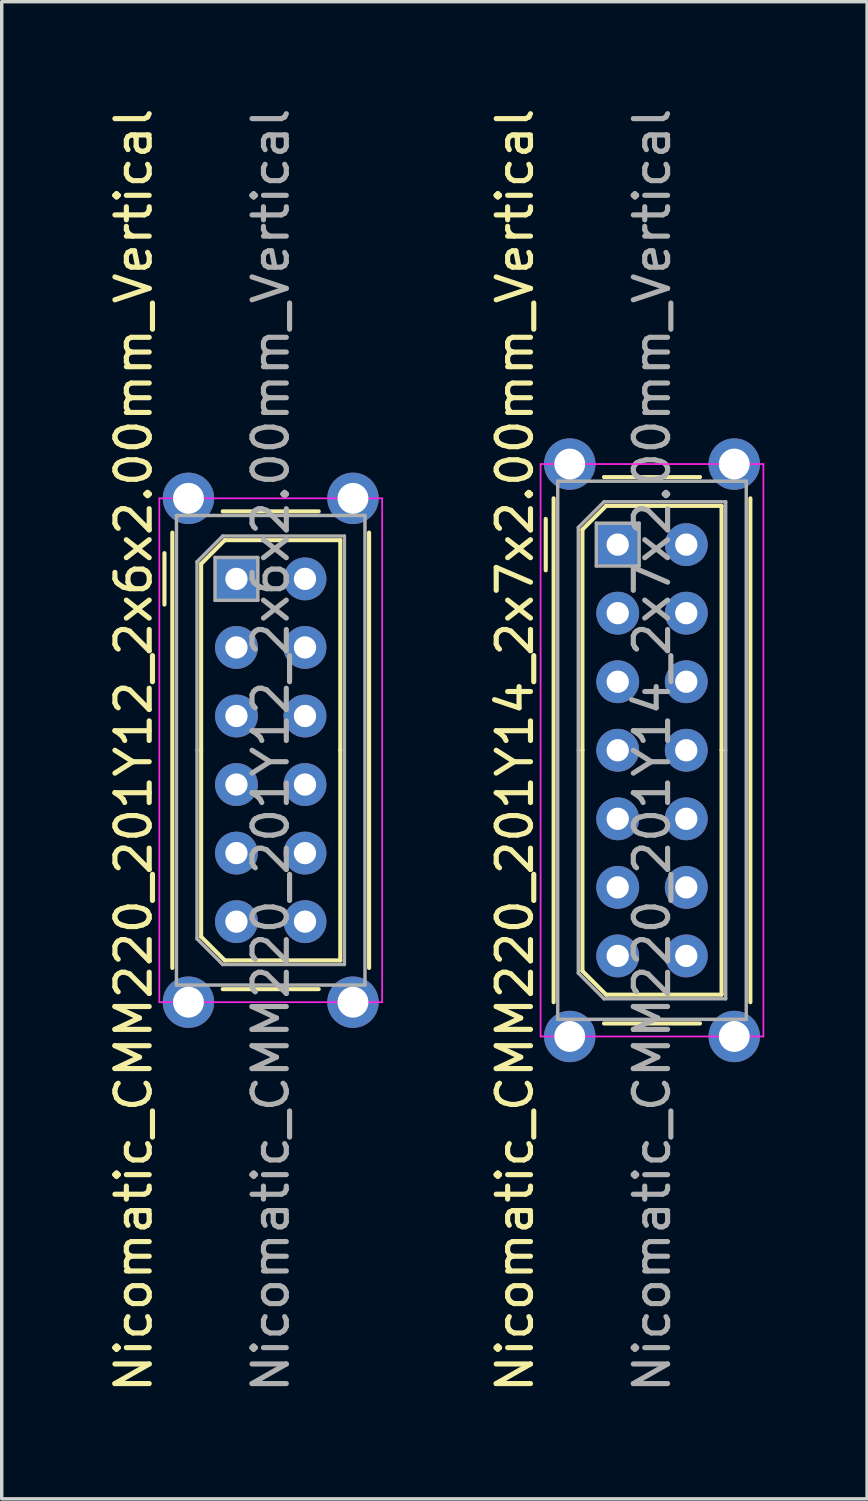
<source format=kicad_pcb>
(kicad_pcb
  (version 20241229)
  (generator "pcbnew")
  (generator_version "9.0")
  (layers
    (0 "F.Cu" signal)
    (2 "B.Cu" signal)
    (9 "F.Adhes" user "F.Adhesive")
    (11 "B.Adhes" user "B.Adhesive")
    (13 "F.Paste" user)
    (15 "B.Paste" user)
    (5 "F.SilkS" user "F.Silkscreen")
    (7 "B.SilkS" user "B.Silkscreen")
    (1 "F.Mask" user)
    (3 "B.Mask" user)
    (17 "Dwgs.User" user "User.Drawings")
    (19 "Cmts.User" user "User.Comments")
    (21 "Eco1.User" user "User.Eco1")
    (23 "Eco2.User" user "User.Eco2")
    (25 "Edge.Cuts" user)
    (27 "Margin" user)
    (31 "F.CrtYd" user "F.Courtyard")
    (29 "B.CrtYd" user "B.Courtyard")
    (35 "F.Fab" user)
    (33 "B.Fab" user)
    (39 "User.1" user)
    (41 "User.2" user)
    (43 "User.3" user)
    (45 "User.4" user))
  (footprint "Nicomatic_CMM220_201Y14_2x7x2.00mm_Vertical"
    (layer "F.Cu")
    (at 14.972 12.839)
    (property "Reference" "Nicomatic_CMM220_201Y14_2x7x2.00mm_Vertical" (at -3 6 90) (layer "F.SilkS") (effects (font (size 1 1) (thickness 0.15))))
    (attr through_hole)
    (fp_line (start -2.1 -0.75) (end -2.1 0.75) (stroke (width 0.12) (type solid)) (layer "F.SilkS"))
    (fp_line (start -1.87 13.35) (end -1.87 -1.35) (stroke (width 0.12) (type solid)) (layer "F.SilkS"))
    (fp_line (start -1.03 -0.44) (end -0.34 -1.13) (stroke (width 0.12) (type solid)) (layer "F.SilkS"))
    (fp_line (start -1.03 6) (end -1.03 -0.44) (stroke (width 0.12) (type solid)) (layer "F.SilkS"))
    (fp_line (start -1.03 6) (end -1.03 12.44) (stroke (width 0.12) (type solid)) (layer "F.SilkS"))
    (fp_line (start -1.03 12.44) (end -0.34 13.13) (stroke (width 0.12) (type solid)) (layer "F.SilkS"))
    (fp_line (start -0.4 -1.97) (end 2.4 -1.97) (stroke (width 0.12) (type solid)) (layer "F.SilkS"))
    (fp_line (start -0.4 13.97) (end 2.4 13.97) (stroke (width 0.12) (type solid)) (layer "F.SilkS"))
    (fp_line (start -0.34 -1.13) (end 3.03 -1.13) (stroke (width 0.12) (type solid)) (layer "F.SilkS"))
    (fp_line (start -0.34 13.13) (end 3.03 13.13) (stroke (width 0.12) (type solid)) (layer "F.SilkS"))
    (fp_line (start 3.03 -1.13) (end 3.03 6) (stroke (width 0.12) (type solid)) (layer "F.SilkS"))
    (fp_line (start 3.03 13.13) (end 3.03 6) (stroke (width 0.12) (type solid)) (layer "F.SilkS"))
    (fp_line (start 3.87 13.35) (end 3.87 -1.35) (stroke (width 0.12) (type solid)) (layer "F.SilkS"))
    (fp_line (start -2.25 -2.35) (end -2.25 14.35) (stroke (width 0.05) (type solid)) (layer "F.CrtYd"))
    (fp_line (start -2.25 14.35) (end 4.25 14.35) (stroke (width 0.05) (type solid)) (layer "F.CrtYd"))
    (fp_line (start 4.25 -2.35) (end -2.25 -2.35) (stroke (width 0.05) (type solid)) (layer "F.CrtYd"))
    (fp_line (start 4.25 14.35) (end 4.25 -2.35) (stroke (width 0.05) (type solid)) (layer "F.CrtYd"))
    (fp_line (start -1.75 -1.85) (end -1.75 13.85) (stroke (width 0.1) (type solid)) (layer "F.Fab"))
    (fp_line (start -1.75 13.85) (end 3.75 13.85) (stroke (width 0.1) (type solid)) (layer "F.Fab"))
    (fp_line (start -1.15 -0.5) (end -0.4 -1.25) (stroke (width 0.1) (type solid)) (layer "F.Fab"))
    (fp_line (start -1.15 6) (end -1.15 -0.5) (stroke (width 0.1) (type solid)) (layer "F.Fab"))
    (fp_line (start -1.15 6) (end -1.15 12.5) (stroke (width 0.1) (type solid)) (layer "F.Fab"))
    (fp_line (start -1.15 12.5) (end -0.4 13.25) (stroke (width 0.1) (type solid)) (layer "F.Fab"))
    (fp_line (start -0.625 -0.625) (end -0.625 0.625) (stroke (width 0.1) (type solid)) (layer "F.Fab"))
    (fp_line (start -0.625 0.625) (end 0.625 0.625) (stroke (width 0.1) (type solid)) (layer "F.Fab"))
    (fp_line (start -0.4 -1.25) (end 3.15 -1.25) (stroke (width 0.1) (type solid)) (layer "F.Fab"))
    (fp_line (start -0.4 13.25) (end 3.15 13.25) (stroke (width 0.1) (type solid)) (layer "F.Fab"))
    (fp_line (start 0.625 -0.625) (end -0.625 -0.625) (stroke (width 0.1) (type solid)) (layer "F.Fab"))
    (fp_line (start 0.625 0.625) (end 0.625 -0.625) (stroke (width 0.1) (type solid)) (layer "F.Fab"))
    (fp_line (start 3.15 -1.25) (end 3.15 6) (stroke (width 0.1) (type solid)) (layer "F.Fab"))
    (fp_line (start 3.15 13.25) (end 3.15 6) (stroke (width 0.1) (type solid)) (layer "F.Fab"))
    (fp_line (start 3.75 -1.85) (end -1.75 -1.85) (stroke (width 0.1) (type solid)) (layer "F.Fab"))
    (fp_line (start 3.75 13.85) (end 3.75 -1.85) (stroke (width 0.1) (type solid)) (layer "F.Fab"))
    (fp_text user "${REFERENCE}" (at 1 6 90) (layer "F.Fab") (effects (font (size 1 1) (thickness 0.15))))
    (pad "" thru_hole circle (at -1.4 -2.35) (size 1.5 1.5) (drill 0.9) (layers "*.Cu" "*.Mask"))
    (pad "" thru_hole circle (at -1.4 14.35) (size 1.5 1.5) (drill 0.9) (layers "*.Cu" "*.Mask"))
    (pad "" thru_hole circle (at 3.4 -2.35) (size 1.5 1.5) (drill 0.9) (layers "*.Cu" "*.Mask"))
    (pad "" thru_hole circle (at 3.4 14.35) (size 1.5 1.5) (drill 0.9) (layers "*.Cu" "*.Mask"))
    (pad "1" thru_hole rect (at 0 0) (size 1.25 1.25) (drill 0.65) (layers "*.Cu" "*.Mask"))
    (pad "2" thru_hole oval (at 0 2) (size 1.25 1.25) (drill 0.65) (layers "*.Cu" "*.Mask"))
    (pad "3" thru_hole oval (at 0 4) (size 1.25 1.25) (drill 0.65) (layers "*.Cu" "*.Mask"))
    (pad "4" thru_hole oval (at 0 6) (size 1.25 1.25) (drill 0.65) (layers "*.Cu" "*.Mask"))
    (pad "5" thru_hole oval (at 0 8) (size 1.25 1.25) (drill 0.65) (layers "*.Cu" "*.Mask"))
    (pad "6" thru_hole oval (at 0 10) (size 1.25 1.25) (drill 0.65) (layers "*.Cu" "*.Mask"))
    (pad "7" thru_hole oval (at 0 12) (size 1.25 1.25) (drill 0.65) (layers "*.Cu" "*.Mask"))
    (pad "8" thru_hole oval (at 2 0) (size 1.25 1.25) (drill 0.65) (layers "*.Cu" "*.Mask"))
    (pad "9" thru_hole oval (at 2 2) (size 1.25 1.25) (drill 0.65) (layers "*.Cu" "*.Mask"))
    (pad "10" thru_hole oval (at 2 4) (size 1.25 1.25) (drill 0.65) (layers "*.Cu" "*.Mask"))
    (pad "11" thru_hole oval (at 2 6) (size 1.25 1.25) (drill 0.65) (layers "*.Cu" "*.Mask"))
    (pad "12" thru_hole oval (at 2 8) (size 1.25 1.25) (drill 0.65) (layers "*.Cu" "*.Mask"))
    (pad "13" thru_hole oval (at 2 10) (size 1.25 1.25) (drill 0.65) (layers "*.Cu" "*.Mask"))
    (pad "14" thru_hole oval (at 2 12) (size 1.25 1.25) (drill 0.65) (layers "*.Cu" "*.Mask")))
  (footprint "Nicomatic_CMM220_201Y12_2x6x2.00mm_Vertical"
    (layer "F.Cu")
    (at 3.848 13.839)
    (property "Reference" "Nicomatic_CMM220_201Y12_2x6x2.00mm_Vertical" (at -3 5 90) (layer "F.SilkS") (effects (font (size 1 1) (thickness 0.15))))
    (attr through_hole)
    (fp_line (start -2.1 -0.75) (end -2.1 0.75) (stroke (width 0.12) (type solid)) (layer "F.SilkS"))
    (fp_line (start -1.87 11.35) (end -1.87 -1.35) (stroke (width 0.12) (type solid)) (layer "F.SilkS"))
    (fp_line (start -1.03 -0.44) (end -0.34 -1.13) (stroke (width 0.12) (type solid)) (layer "F.SilkS"))
    (fp_line (start -1.03 5) (end -1.03 -0.44) (stroke (width 0.12) (type solid)) (layer "F.SilkS"))
    (fp_line (start -1.03 5) (end -1.03 10.44) (stroke (width 0.12) (type solid)) (layer "F.SilkS"))
    (fp_line (start -1.03 10.44) (end -0.34 11.13) (stroke (width 0.12) (type solid)) (layer "F.SilkS"))
    (fp_line (start -0.4 -1.97) (end 2.4 -1.97) (stroke (width 0.12) (type solid)) (layer "F.SilkS"))
    (fp_line (start -0.4 11.97) (end 2.4 11.97) (stroke (width 0.12) (type solid)) (layer "F.SilkS"))
    (fp_line (start -0.34 -1.13) (end 3.03 -1.13) (stroke (width 0.12) (type solid)) (layer "F.SilkS"))
    (fp_line (start -0.34 11.13) (end 3.03 11.13) (stroke (width 0.12) (type solid)) (layer "F.SilkS"))
    (fp_line (start 3.03 -1.13) (end 3.03 5) (stroke (width 0.12) (type solid)) (layer "F.SilkS"))
    (fp_line (start 3.03 11.13) (end 3.03 5) (stroke (width 0.12) (type solid)) (layer "F.SilkS"))
    (fp_line (start 3.87 11.35) (end 3.87 -1.35) (stroke (width 0.12) (type solid)) (layer "F.SilkS"))
    (fp_line (start -2.25 -2.35) (end -2.25 12.35) (stroke (width 0.05) (type solid)) (layer "F.CrtYd"))
    (fp_line (start -2.25 12.35) (end 4.25 12.35) (stroke (width 0.05) (type solid)) (layer "F.CrtYd"))
    (fp_line (start 4.25 -2.35) (end -2.25 -2.35) (stroke (width 0.05) (type solid)) (layer "F.CrtYd"))
    (fp_line (start 4.25 12.35) (end 4.25 -2.35) (stroke (width 0.05) (type solid)) (layer "F.CrtYd"))
    (fp_line (start -1.75 -1.85) (end -1.75 11.85) (stroke (width 0.1) (type solid)) (layer "F.Fab"))
    (fp_line (start -1.75 11.85) (end 3.75 11.85) (stroke (width 0.1) (type solid)) (layer "F.Fab"))
    (fp_line (start -1.15 -0.5) (end -0.4 -1.25) (stroke (width 0.1) (type solid)) (layer "F.Fab"))
    (fp_line (start -1.15 5) (end -1.15 -0.5) (stroke (width 0.1) (type solid)) (layer "F.Fab"))
    (fp_line (start -1.15 5) (end -1.15 10.5) (stroke (width 0.1) (type solid)) (layer "F.Fab"))
    (fp_line (start -1.15 10.5) (end -0.4 11.25) (stroke (width 0.1) (type solid)) (layer "F.Fab"))
    (fp_line (start -0.625 -0.625) (end -0.625 0.625) (stroke (width 0.1) (type solid)) (layer "F.Fab"))
    (fp_line (start -0.625 0.625) (end 0.625 0.625) (stroke (width 0.1) (type solid)) (layer "F.Fab"))
    (fp_line (start -0.4 -1.25) (end 3.15 -1.25) (stroke (width 0.1) (type solid)) (layer "F.Fab"))
    (fp_line (start -0.4 11.25) (end 3.15 11.25) (stroke (width 0.1) (type solid)) (layer "F.Fab"))
    (fp_line (start 0.625 -0.625) (end -0.625 -0.625) (stroke (width 0.1) (type solid)) (layer "F.Fab"))
    (fp_line (start 0.625 0.625) (end 0.625 -0.625) (stroke (width 0.1) (type solid)) (layer "F.Fab"))
    (fp_line (start 3.15 -1.25) (end 3.15 5) (stroke (width 0.1) (type solid)) (layer "F.Fab"))
    (fp_line (start 3.15 11.25) (end 3.15 5) (stroke (width 0.1) (type solid)) (layer "F.Fab"))
    (fp_line (start 3.75 -1.85) (end -1.75 -1.85) (stroke (width 0.1) (type solid)) (layer "F.Fab"))
    (fp_line (start 3.75 11.85) (end 3.75 -1.85) (stroke (width 0.1) (type solid)) (layer "F.Fab"))
    (fp_text user "${REFERENCE}" (at 1 5 90) (layer "F.Fab") (effects (font (size 1 1) (thickness 0.15))))
    (pad "" thru_hole circle (at -1.4 -2.35) (size 1.5 1.5) (drill 0.9) (layers "*.Cu" "*.Mask"))
    (pad "" thru_hole circle (at -1.4 12.35) (size 1.5 1.5) (drill 0.9) (layers "*.Cu" "*.Mask"))
    (pad "" thru_hole circle (at 3.4 -2.35) (size 1.5 1.5) (drill 0.9) (layers "*.Cu" "*.Mask"))
    (pad "" thru_hole circle (at 3.4 12.35) (size 1.5 1.5) (drill 0.9) (layers "*.Cu" "*.Mask"))
    (pad "1" thru_hole rect (at 0 0) (size 1.25 1.25) (drill 0.65) (layers "*.Cu" "*.Mask"))
    (pad "2" thru_hole oval (at 0 2) (size 1.25 1.25) (drill 0.65) (layers "*.Cu" "*.Mask"))
    (pad "3" thru_hole oval (at 0 4) (size 1.25 1.25) (drill 0.65) (layers "*.Cu" "*.Mask"))
    (pad "4" thru_hole oval (at 0 6) (size 1.25 1.25) (drill 0.65) (layers "*.Cu" "*.Mask"))
    (pad "5" thru_hole oval (at 0 8) (size 1.25 1.25) (drill 0.65) (layers "*.Cu" "*.Mask"))
    (pad "6" thru_hole oval (at 0 10) (size 1.25 1.25) (drill 0.65) (layers "*.Cu" "*.Mask"))
    (pad "7" thru_hole oval (at 2 0) (size 1.25 1.25) (drill 0.65) (layers "*.Cu" "*.Mask"))
    (pad "8" thru_hole oval (at 2 2) (size 1.25 1.25) (drill 0.65) (layers "*.Cu" "*.Mask"))
    (pad "9" thru_hole oval (at 2 4) (size 1.25 1.25) (drill 0.65) (layers "*.Cu" "*.Mask"))
    (pad "10" thru_hole oval (at 2 6) (size 1.25 1.25) (drill 0.65) (layers "*.Cu" "*.Mask"))
    (pad "11" thru_hole oval (at 2 8) (size 1.25 1.25) (drill 0.65) (layers "*.Cu" "*.Mask"))
    (pad "12" thru_hole oval (at 2 10) (size 1.25 1.25) (drill 0.65) (layers "*.Cu" "*.Mask")))
  (gr_rect
    (start -3 -3)
    (end 22.247 40.679)
    (stroke (width 0.1) (type default))
    (fill no)
    (layer "Edge.Cuts")))
</source>
